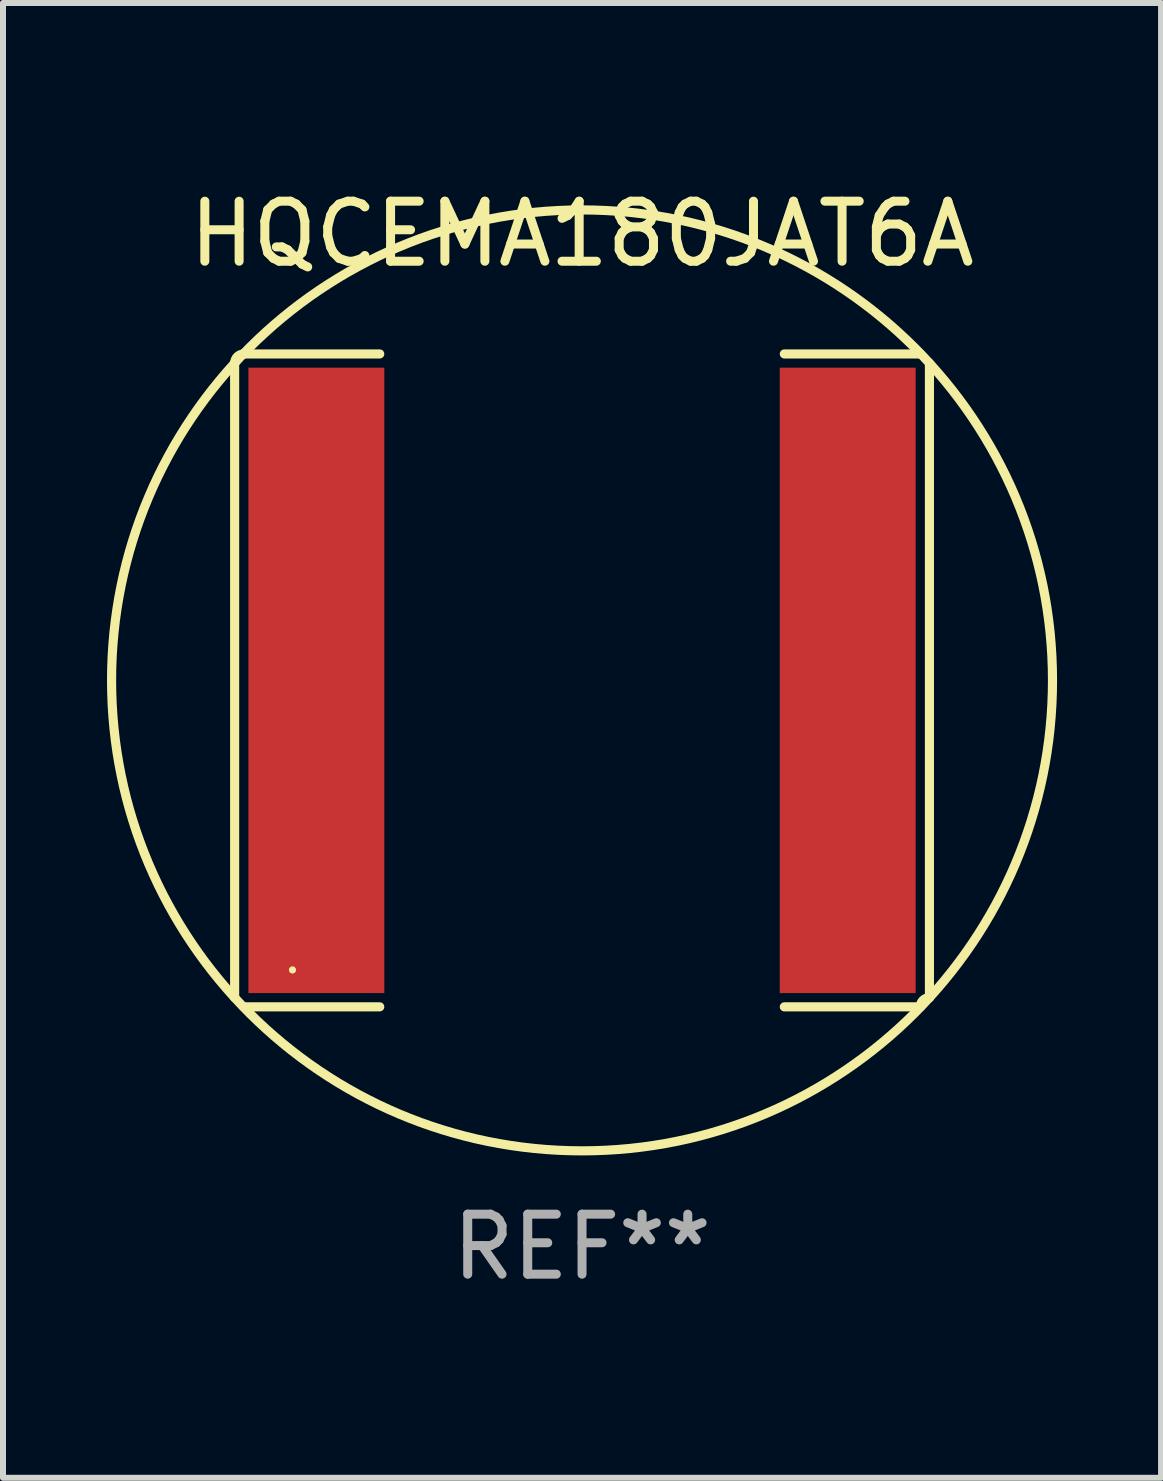
<source format=kicad_pcb>
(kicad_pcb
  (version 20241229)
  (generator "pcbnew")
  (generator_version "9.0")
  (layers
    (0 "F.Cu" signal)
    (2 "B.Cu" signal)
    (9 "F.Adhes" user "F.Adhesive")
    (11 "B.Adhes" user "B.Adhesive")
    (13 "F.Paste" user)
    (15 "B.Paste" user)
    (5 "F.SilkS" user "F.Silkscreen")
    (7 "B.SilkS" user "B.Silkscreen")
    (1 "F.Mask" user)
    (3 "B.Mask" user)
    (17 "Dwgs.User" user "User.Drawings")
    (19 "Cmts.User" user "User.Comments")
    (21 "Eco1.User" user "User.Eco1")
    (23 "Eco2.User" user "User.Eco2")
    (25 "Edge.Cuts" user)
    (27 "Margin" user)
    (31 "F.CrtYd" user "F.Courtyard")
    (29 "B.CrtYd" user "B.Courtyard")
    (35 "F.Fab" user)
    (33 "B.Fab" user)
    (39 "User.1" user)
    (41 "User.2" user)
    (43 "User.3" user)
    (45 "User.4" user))
  (footprint "HQCEMA180JAT6A"
    (layer "F.Cu")
    (at 6.649 8.288)
    (property "Reference" "HQCEMA180JAT6A" (at 0 -7.44 0) (layer "F.SilkS") (effects (font (size 1 1) (thickness 0.15))))
    (attr through_hole)
    (fp_line (start -5.789 -5.287) (end -5.789 5.287) (stroke (width 0.152) (type solid)) (layer "F.SilkS"))
    (fp_line (start -5.636 5.44) (end -3.371 5.44) (stroke (width 0.152) (type solid)) (layer "F.SilkS"))
    (fp_line (start -3.371 -5.44) (end -5.636 -5.44) (stroke (width 0.152) (type solid)) (layer "F.SilkS"))
    (fp_line (start 3.371 -5.44) (end 5.636 -5.44) (stroke (width 0.152) (type solid)) (layer "F.SilkS"))
    (fp_line (start 5.636 5.44) (end 3.371 5.44) (stroke (width 0.152) (type solid)) (layer "F.SilkS"))
    (fp_line (start 5.789 -5.287) (end 5.789 5.287) (stroke (width 0.152) (type solid)) (layer "F.SilkS"))
    (fp_arc (start -5.7886 -5.287201) (mid -5.743963 -5.394964) (end -5.6362 -5.439601) (stroke (width 0.1524) (type solid)) (layer "F.SilkS"))
    (fp_arc (start -5.7886 5.287201) (mid 5.788578 -5.287179) (end -5.7886 5.287201) (stroke (width 0.1524) (type solid)) (layer "F.SilkS"))
    (fp_arc (start 5.6362 5.439601) (mid 5.680837 5.331838) (end 5.7886 5.287201) (stroke (width 0.1524) (type solid)) (layer "F.SilkS"))
    (fp_circle (center -4.825 4.825) (end -4.795 4.825) (stroke (width 0.06) (type solid)) (fill no) (layer "F.SilkS"))
    (fp_text user "REF**" (at 0 9.44 0) (layer "F.Fab") (effects (font (size 1 1) (thickness 0.15))))
    (pad "1" smd rect (at -4.427 0) (size 2.265 10.422) (layers "F.Cu" "F.Mask" "F.Paste"))
    (pad "2" smd rect (at 4.427 0) (size 2.265 10.422) (layers "F.Cu" "F.Mask" "F.Paste")))
  (gr_rect
    (start -3 -3)
    (end 16.298 21.576)
    (stroke (width 0.1) (type default))
    (fill no)
    (layer "Edge.Cuts")))
</source>
